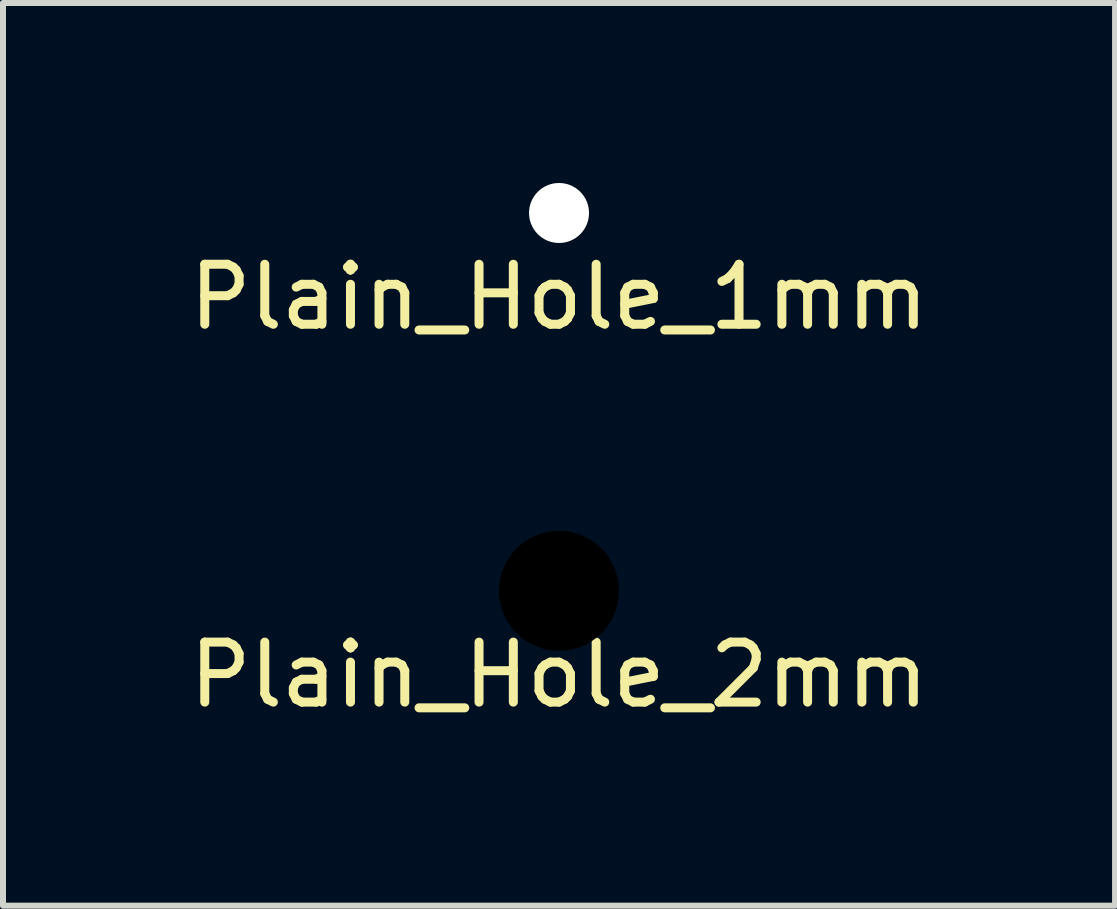
<source format=kicad_pcb>
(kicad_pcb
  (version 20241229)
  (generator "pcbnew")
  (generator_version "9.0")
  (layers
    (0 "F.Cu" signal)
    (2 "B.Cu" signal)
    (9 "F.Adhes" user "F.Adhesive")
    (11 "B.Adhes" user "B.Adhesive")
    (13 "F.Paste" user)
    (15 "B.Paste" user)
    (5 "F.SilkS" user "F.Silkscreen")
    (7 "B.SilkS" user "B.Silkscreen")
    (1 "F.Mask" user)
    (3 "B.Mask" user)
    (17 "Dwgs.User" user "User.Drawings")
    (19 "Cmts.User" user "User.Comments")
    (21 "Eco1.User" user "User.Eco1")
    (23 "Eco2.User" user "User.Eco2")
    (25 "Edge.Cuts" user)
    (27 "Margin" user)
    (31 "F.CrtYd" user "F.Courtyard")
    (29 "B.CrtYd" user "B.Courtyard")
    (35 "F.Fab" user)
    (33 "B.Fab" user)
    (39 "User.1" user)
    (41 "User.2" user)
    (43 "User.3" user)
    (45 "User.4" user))
  (footprint "Plain_Hole_2mm"
    (layer "F.Cu")
    (at 6.268 6.798)
    (property "Reference" "Plain_Hole_2mm" (at 0 1.4 0) (layer "F.SilkS") (effects (font (size 1 1) (thickness 0.15))))
    (attr exclude_from_pos_files exclude_from_bom)
    (pad "" np_thru_hole circle (at 0 0) (size 2.1 2.1) (drill 2) (layers "*.Mask")))
  (footprint "Plain_Hole_1mm"
    (layer "F.Cu")
    (at 6.268 0.5)
    (property "Reference" "Plain_Hole_1mm" (at 0 1.4 0) (layer "F.SilkS") (effects (font (size 1 1) (thickness 0.15))))
    (attr exclude_from_pos_files exclude_from_bom)
    (pad "" np_thru_hole circle (at 0 0) (size 1 1) (drill 1) (layers "*.Cu" "*.Mask")))
  (gr_rect
    (start -3 -3)
    (end 15.536 12.046)
    (stroke (width 0.1) (type default))
    (fill no)
    (layer "Edge.Cuts")))
</source>
